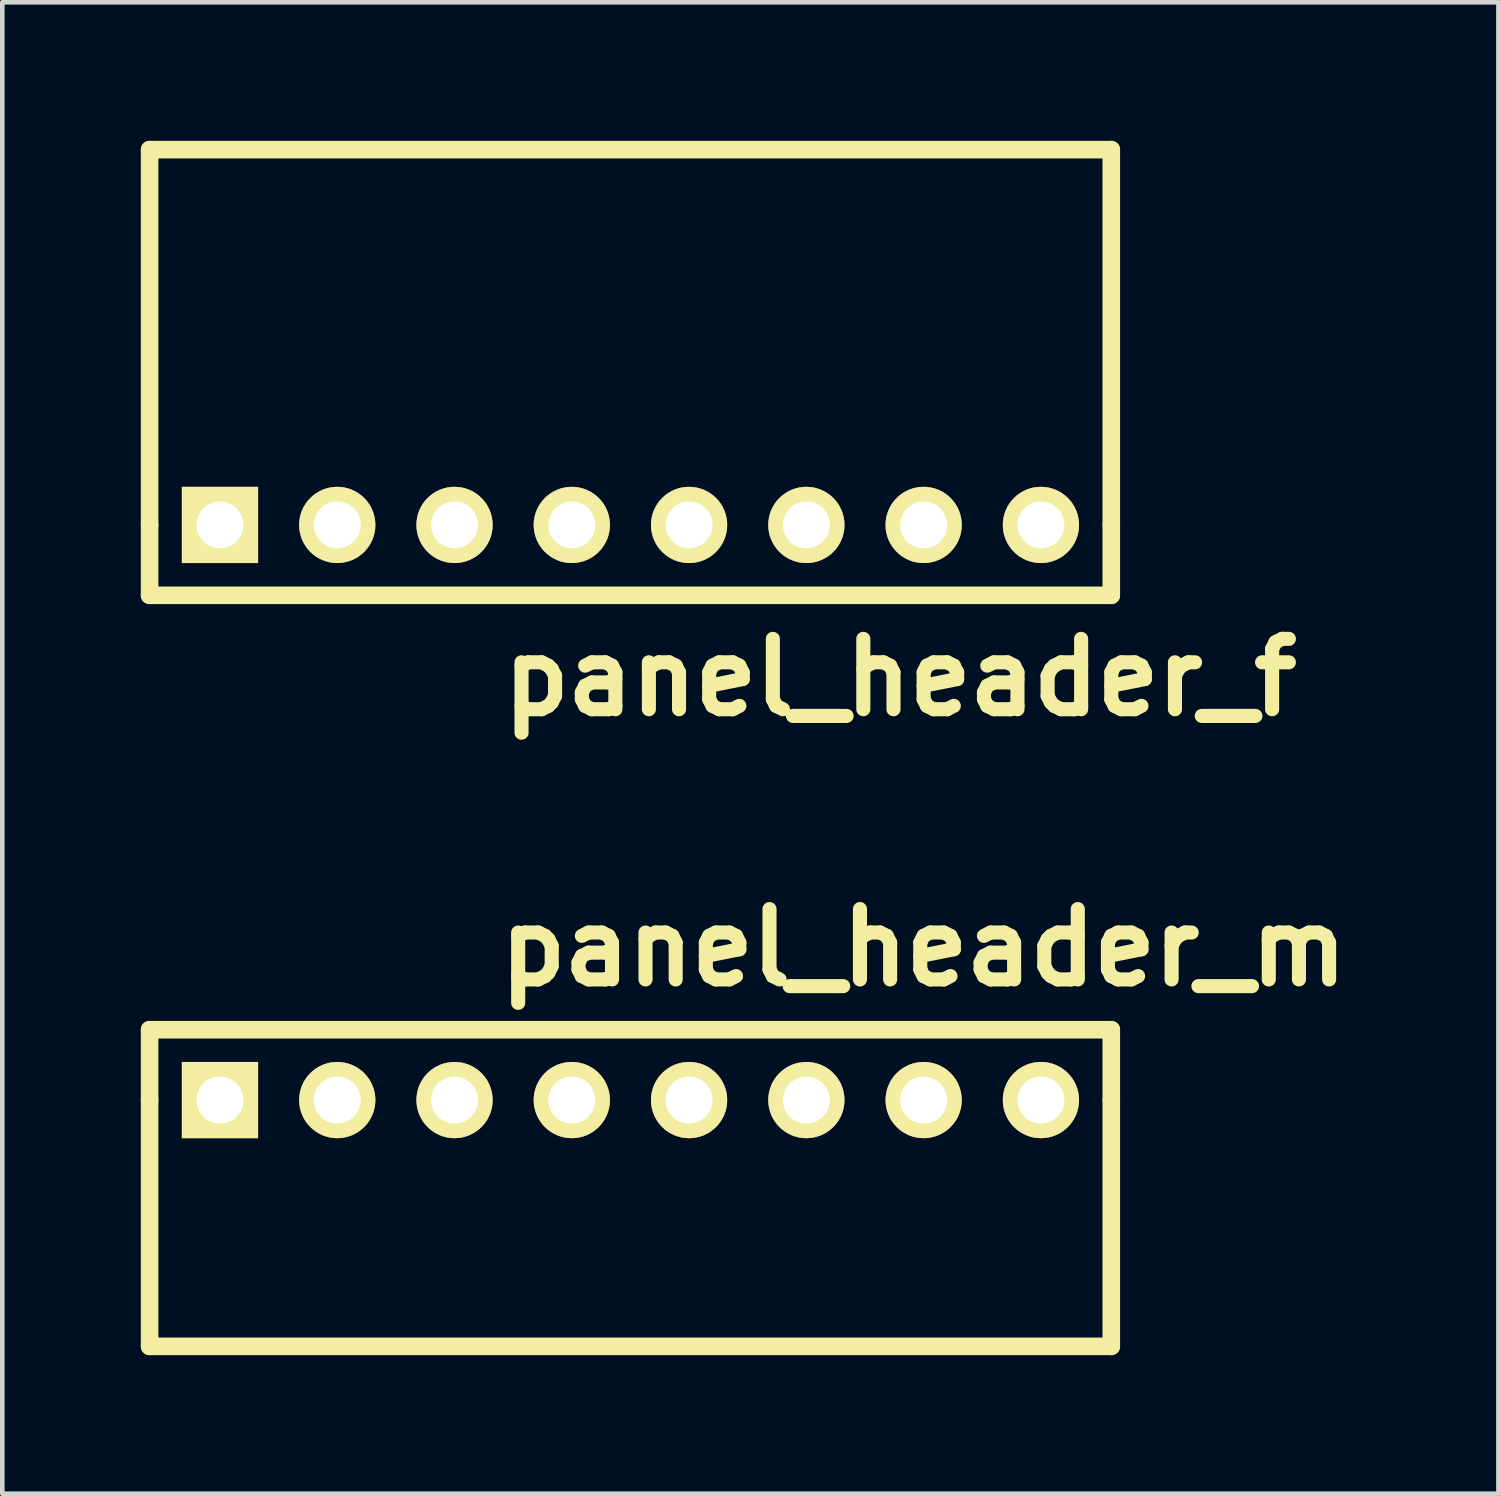
<source format=kicad_pcb>
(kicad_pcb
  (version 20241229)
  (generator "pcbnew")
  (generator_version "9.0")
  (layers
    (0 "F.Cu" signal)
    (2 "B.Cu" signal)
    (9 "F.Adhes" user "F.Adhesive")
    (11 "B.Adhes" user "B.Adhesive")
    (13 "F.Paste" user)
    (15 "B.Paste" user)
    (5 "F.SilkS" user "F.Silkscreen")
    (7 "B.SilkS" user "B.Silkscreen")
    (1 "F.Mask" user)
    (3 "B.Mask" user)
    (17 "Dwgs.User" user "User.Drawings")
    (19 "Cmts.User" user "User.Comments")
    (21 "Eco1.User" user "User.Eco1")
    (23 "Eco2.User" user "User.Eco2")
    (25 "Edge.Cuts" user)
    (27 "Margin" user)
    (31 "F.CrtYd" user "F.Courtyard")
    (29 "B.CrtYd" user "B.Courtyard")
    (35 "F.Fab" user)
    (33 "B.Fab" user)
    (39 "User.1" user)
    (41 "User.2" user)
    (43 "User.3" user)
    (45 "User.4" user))
  (footprint "panel_header_m"
    (layer "F.Cu")
    (at 10.604 20.775)
    (property "Reference" "panel_header_m" (at 6.35 -3.302 0) (layer "F.SilkS") (effects (font (size 1.524 1.524) (thickness 0.305))))
    (attr through_hole)
    (fp_line (start -10.414 -1.524) (end 10.414 -1.524) (stroke (width 0.381) (type solid)) (layer "F.SilkS"))
    (fp_line (start -10.414 0) (end -10.414 -1.524) (stroke (width 0.381) (type solid)) (layer "F.SilkS"))
    (fp_line (start -10.414 0) (end -10.414 5.334) (stroke (width 0.381) (type solid)) (layer "F.SilkS"))
    (fp_line (start 10.414 -1.524) (end 10.414 0) (stroke (width 0.381) (type solid)) (layer "F.SilkS"))
    (fp_line (start 10.414 0) (end 10.414 5.334) (stroke (width 0.381) (type solid)) (layer "F.SilkS"))
    (fp_line (start 10.414 5.334) (end -10.414 5.334) (stroke (width 0.381) (type solid)) (layer "F.SilkS"))
    (pad "1" thru_hole rect (at -8.89 0) (size 1.651 1.651) (drill 1.016) (layers "*.Cu" "*.Mask" "F.SilkS"))
    (pad "2" thru_hole circle (at -6.35 0) (size 1.651 1.651) (drill 1.016) (layers "*.Cu" "*.Mask" "F.SilkS"))
    (pad "3" thru_hole circle (at -3.81 0) (size 1.651 1.651) (drill 1.016) (layers "*.Cu" "*.Mask" "F.SilkS"))
    (pad "4" thru_hole circle (at -1.27 0) (size 1.651 1.651) (drill 1.016) (layers "*.Cu" "*.Mask" "F.SilkS"))
    (pad "5" thru_hole circle (at 1.27 0) (size 1.651 1.651) (drill 1.016) (layers "*.Cu" "*.Mask" "F.SilkS"))
    (pad "6" thru_hole circle (at 3.81 0) (size 1.651 1.651) (drill 1.016) (layers "*.Cu" "*.Mask" "F.SilkS"))
    (pad "7" thru_hole circle (at 6.35 0) (size 1.651 1.651) (drill 1.016) (layers "*.Cu" "*.Mask" "F.SilkS"))
    (pad "8" thru_hole circle (at 8.89 0) (size 1.651 1.651) (drill 1.016) (layers "*.Cu" "*.Mask" "F.SilkS")))
  (footprint "panel_header_f"
    (layer "F.Cu")
    (at 10.604 8.319)
    (property "Reference" "panel_header_f" (at 5.842 3.302 0) (layer "F.SilkS") (effects (font (size 1.524 1.524) (thickness 0.305))))
    (attr through_hole)
    (fp_line (start -10.414 -8.128) (end 10.414 -8.128) (stroke (width 0.381) (type solid)) (layer "F.SilkS"))
    (fp_line (start -10.414 0) (end -10.414 -8.128) (stroke (width 0.381) (type solid)) (layer "F.SilkS"))
    (fp_line (start -10.414 0) (end -10.414 1.524) (stroke (width 0.381) (type solid)) (layer "F.SilkS"))
    (fp_line (start -10.414 1.524) (end 10.414 1.524) (stroke (width 0.381) (type solid)) (layer "F.SilkS"))
    (fp_line (start 10.414 0) (end 10.414 -8.128) (stroke (width 0.381) (type solid)) (layer "F.SilkS"))
    (fp_line (start 10.414 1.524) (end 10.414 0) (stroke (width 0.381) (type solid)) (layer "F.SilkS"))
    (pad "1" thru_hole rect (at -8.89 0) (size 1.651 1.651) (drill 1.016) (layers "*.Cu" "*.Mask" "F.SilkS"))
    (pad "2" thru_hole circle (at -6.35 0) (size 1.651 1.651) (drill 1.016) (layers "*.Cu" "*.Mask" "F.SilkS"))
    (pad "3" thru_hole circle (at -3.81 0) (size 1.651 1.651) (drill 1.016) (layers "*.Cu" "*.Mask" "F.SilkS"))
    (pad "4" thru_hole circle (at -1.27 0) (size 1.651 1.651) (drill 1.016) (layers "*.Cu" "*.Mask" "F.SilkS"))
    (pad "5" thru_hole circle (at 1.27 0) (size 1.651 1.651) (drill 1.016) (layers "*.Cu" "*.Mask" "F.SilkS"))
    (pad "6" thru_hole circle (at 3.81 0) (size 1.651 1.651) (drill 1.016) (layers "*.Cu" "*.Mask" "F.SilkS"))
    (pad "7" thru_hole circle (at 6.35 0) (size 1.651 1.651) (drill 1.016) (layers "*.Cu" "*.Mask" "F.SilkS"))
    (pad "8" thru_hole circle (at 8.89 0) (size 1.651 1.651) (drill 1.016) (layers "*.Cu" "*.Mask" "F.SilkS")))
  (gr_rect
    (start -3 -3)
    (end 29.403 29.3)
    (stroke (width 0.1) (type default))
    (fill no)
    (layer "Edge.Cuts")))
</source>
